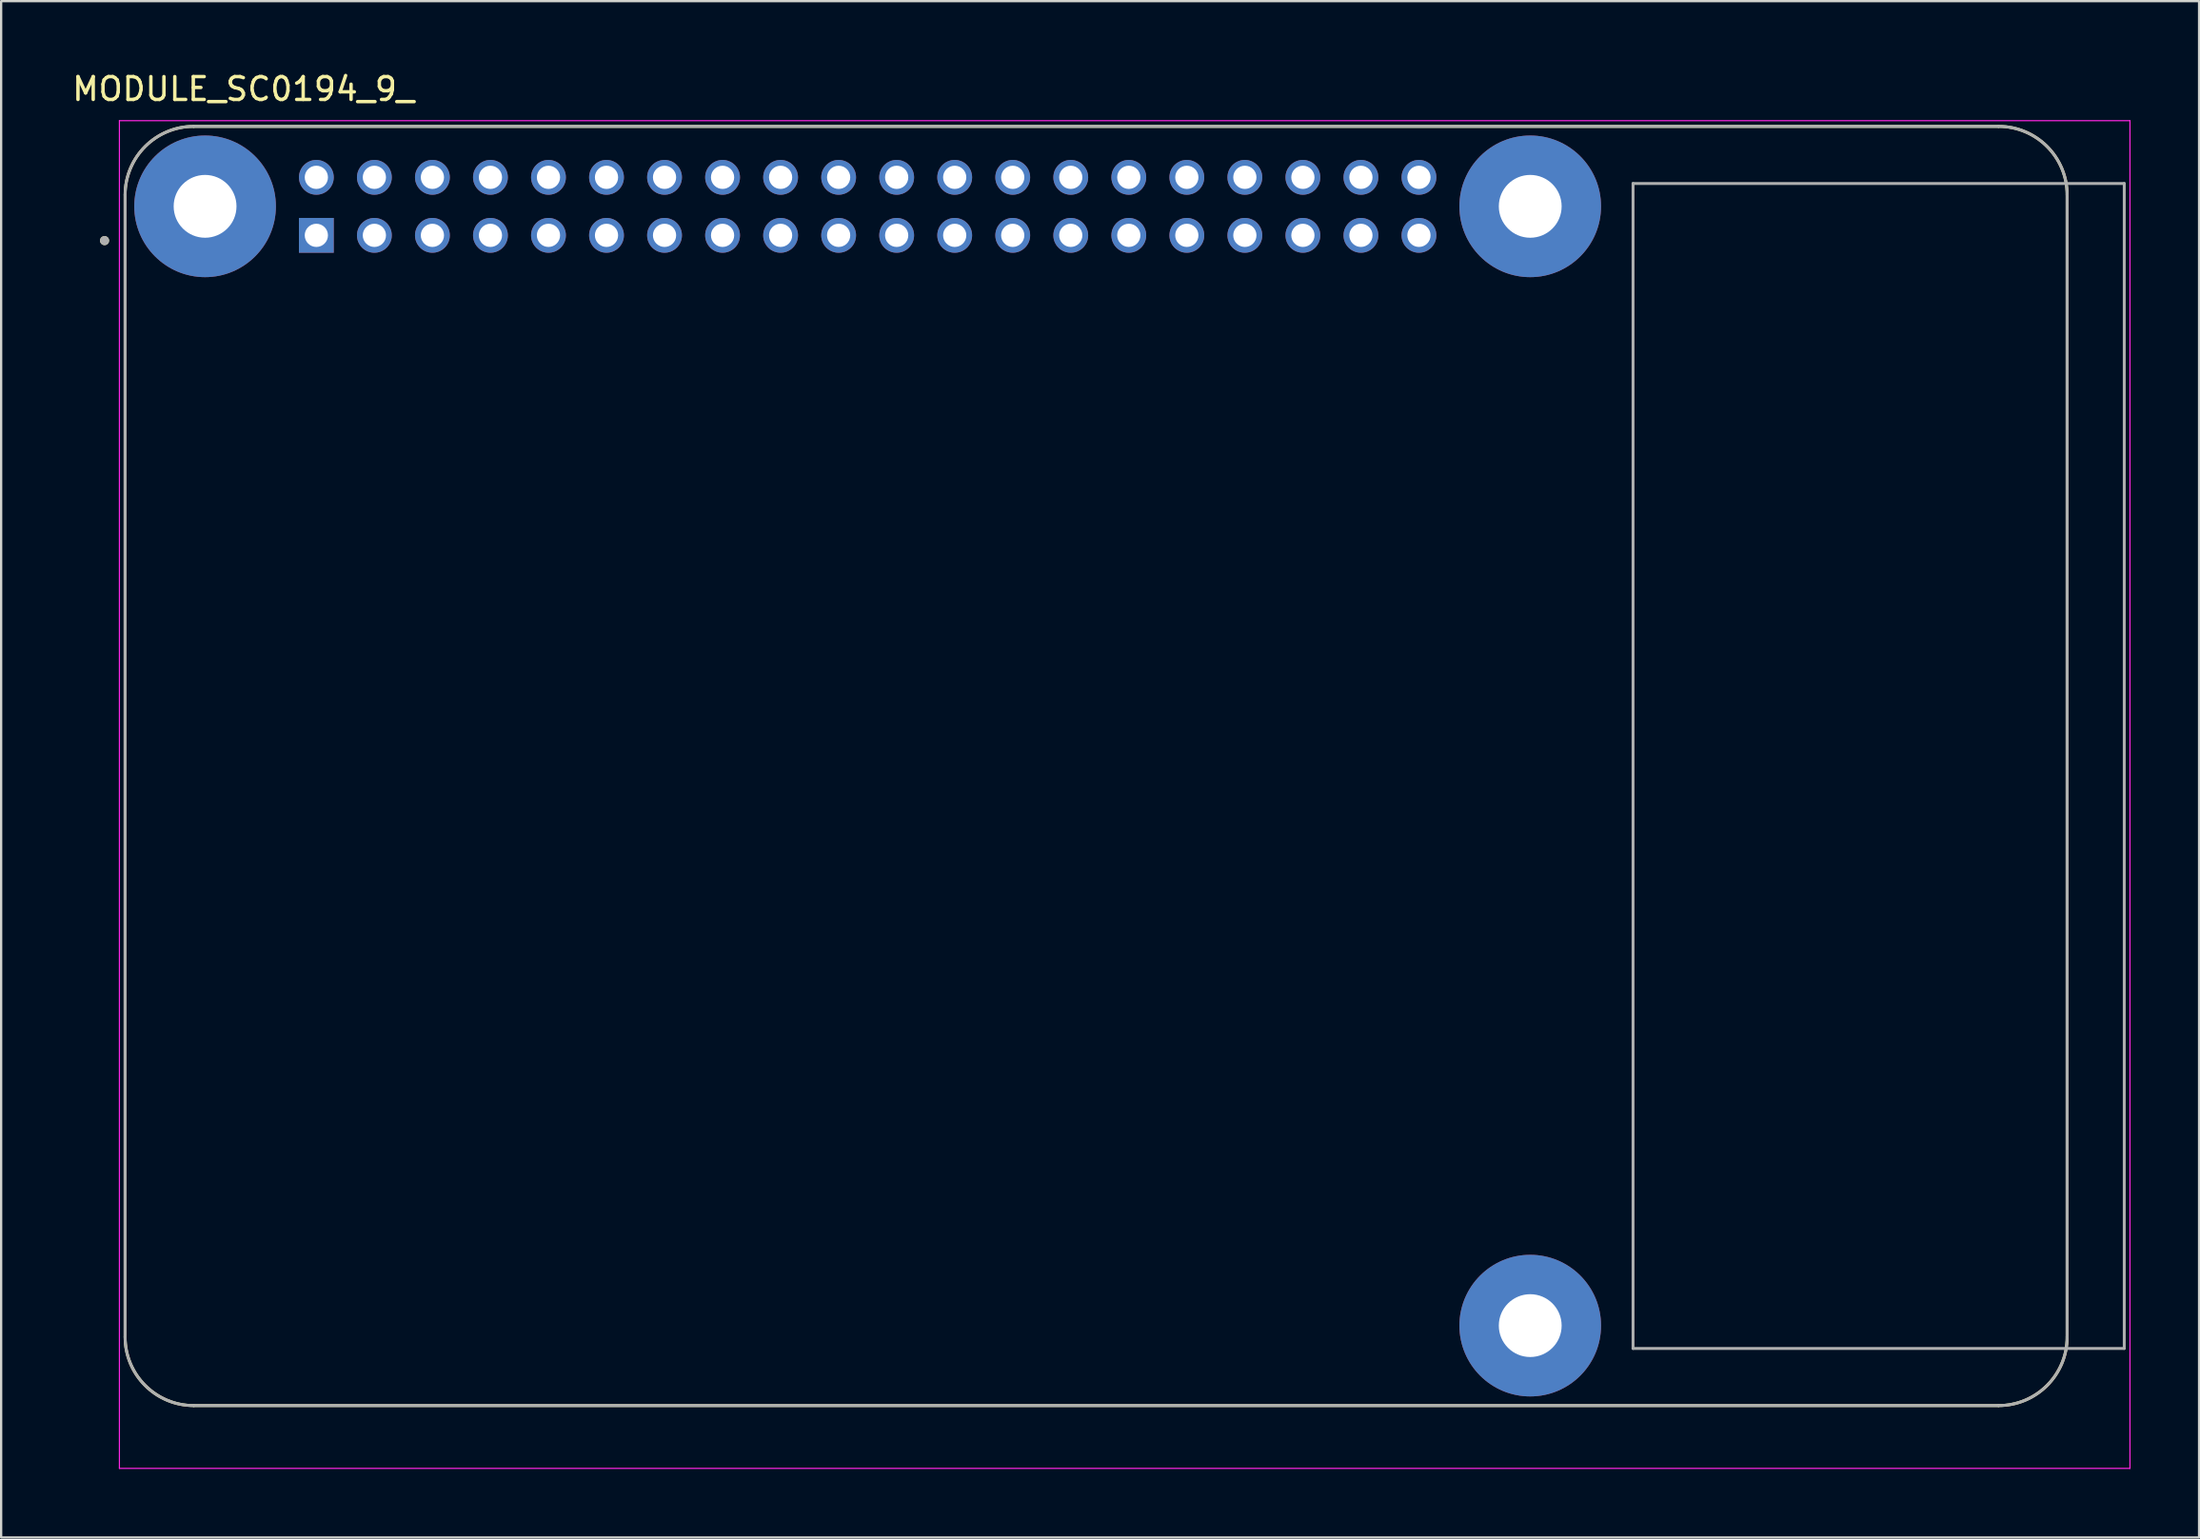
<source format=kicad_pcb>
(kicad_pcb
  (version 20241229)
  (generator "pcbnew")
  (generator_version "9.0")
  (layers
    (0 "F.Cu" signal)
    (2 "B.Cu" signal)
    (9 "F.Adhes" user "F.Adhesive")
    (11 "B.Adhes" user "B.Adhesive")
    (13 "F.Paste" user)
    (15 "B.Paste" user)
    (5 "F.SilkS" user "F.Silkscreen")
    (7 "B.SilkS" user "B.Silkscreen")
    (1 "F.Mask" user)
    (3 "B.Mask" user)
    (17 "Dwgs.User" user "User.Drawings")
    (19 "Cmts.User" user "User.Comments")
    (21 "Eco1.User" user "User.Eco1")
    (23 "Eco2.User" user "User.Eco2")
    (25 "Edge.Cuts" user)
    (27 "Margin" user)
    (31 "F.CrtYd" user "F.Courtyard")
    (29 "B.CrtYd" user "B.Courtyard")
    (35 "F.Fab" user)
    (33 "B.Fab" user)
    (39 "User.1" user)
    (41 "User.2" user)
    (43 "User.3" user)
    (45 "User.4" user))
  (footprint "MODULE_SC0194_9_"
    (layer "F.Cu")
    (at 44.926 30.483)
    (property "Reference" "MODULE_SC0194_9_" (at -37.325 -29.635 0) (layer "F.SilkS") (effects (font (size 1 1) (thickness 0.15))))
    (attr through_hole)
    (fp_line (start -42.5 -25) (end -42.5 25) (stroke (width 0.127) (type solid)) (layer "F.SilkS"))
    (fp_line (start -39.5 28) (end 39.5 28) (stroke (width 0.127) (type solid)) (layer "F.SilkS"))
    (fp_line (start 39.5 -28) (end -39.5 -28) (stroke (width 0.127) (type solid)) (layer "F.SilkS"))
    (fp_line (start 42.5 25) (end 42.5 -25) (stroke (width 0.127) (type solid)) (layer "F.SilkS"))
    (fp_arc (start -42.5 -25) (mid -41.62132 -27.12132) (end -39.5 -28) (stroke (width 0.127) (type solid)) (layer "F.SilkS"))
    (fp_arc (start -39.5 28) (mid -41.62132 27.12132) (end -42.5 25) (stroke (width 0.127) (type solid)) (layer "F.SilkS"))
    (fp_arc (start 39.5 -28) (mid 41.62132 -27.12132) (end 42.5 -25) (stroke (width 0.127) (type solid)) (layer "F.SilkS"))
    (fp_arc (start 42.5 25) (mid 41.62132 27.12132) (end 39.5 28) (stroke (width 0.127) (type solid)) (layer "F.SilkS"))
    (fp_circle (center -43.4 -23) (end -43.3 -23) (stroke (width 0.2) (type solid)) (fill no) (layer "F.SilkS"))
    (fp_line (start -42.75 -28.25) (end 45.25 -28.25) (stroke (width 0.05) (type solid)) (layer "F.CrtYd"))
    (fp_line (start -42.75 30.75) (end -42.75 -28.25) (stroke (width 0.05) (type solid)) (layer "F.CrtYd"))
    (fp_line (start 45.25 -28.25) (end 45.25 30.75) (stroke (width 0.05) (type solid)) (layer "F.CrtYd"))
    (fp_line (start 45.25 30.75) (end -42.75 30.75) (stroke (width 0.05) (type solid)) (layer "F.CrtYd"))
    (fp_line (start -42.5 -25) (end -42.5 25) (stroke (width 0.127) (type solid)) (layer "F.Fab"))
    (fp_line (start -39.5 28) (end 39.5 28) (stroke (width 0.127) (type solid)) (layer "F.Fab"))
    (fp_line (start 23.5 -25.5) (end 23.5 25.5) (stroke (width 0.127) (type solid)) (layer "F.Fab"))
    (fp_line (start 23.5 25.5) (end 45 25.5) (stroke (width 0.127) (type solid)) (layer "F.Fab"))
    (fp_line (start 39.5 -28) (end -39.5 -28) (stroke (width 0.127) (type solid)) (layer "F.Fab"))
    (fp_line (start 42.5 25) (end 42.5 -25) (stroke (width 0.127) (type solid)) (layer "F.Fab"))
    (fp_line (start 45 -25.5) (end 23.5 -25.5) (stroke (width 0.127) (type solid)) (layer "F.Fab"))
    (fp_line (start 45 25.5) (end 45 -25.5) (stroke (width 0.127) (type solid)) (layer "F.Fab"))
    (fp_arc (start -42.5 -25) (mid -41.62132 -27.12132) (end -39.5 -28) (stroke (width 0.127) (type solid)) (layer "F.Fab"))
    (fp_arc (start -39.5 28) (mid -41.62132 27.12132) (end -42.5 25) (stroke (width 0.127) (type solid)) (layer "F.Fab"))
    (fp_arc (start 39.5 -28) (mid 41.62132 -27.12132) (end 42.5 -25) (stroke (width 0.127) (type solid)) (layer "F.Fab"))
    (fp_arc (start 42.5 25) (mid 41.62132 27.12132) (end 39.5 28) (stroke (width 0.127) (type solid)) (layer "F.Fab"))
    (fp_circle (center -43.4 -23) (end -43.3 -23) (stroke (width 0.2) (type solid)) (fill no) (layer "F.Fab"))
    (pad "1" thru_hole rect (at -34.13 -23.23) (size 1.524 1.524) (drill 1.016) (layers "*.Cu" "*.Mask"))
    (pad "2" thru_hole circle (at -34.13 -25.77) (size 1.524 1.524) (drill 1.016) (layers "*.Cu" "*.Mask"))
    (pad "3" thru_hole circle (at -31.59 -23.23) (size 1.524 1.524) (drill 1.016) (layers "*.Cu" "*.Mask"))
    (pad "4" thru_hole circle (at -31.59 -25.77) (size 1.524 1.524) (drill 1.016) (layers "*.Cu" "*.Mask"))
    (pad "5" thru_hole circle (at -29.05 -23.23) (size 1.524 1.524) (drill 1.016) (layers "*.Cu" "*.Mask"))
    (pad "6" thru_hole circle (at -29.05 -25.77) (size 1.524 1.524) (drill 1.016) (layers "*.Cu" "*.Mask"))
    (pad "7" thru_hole circle (at -26.51 -23.23) (size 1.524 1.524) (drill 1.016) (layers "*.Cu" "*.Mask"))
    (pad "8" thru_hole circle (at -26.51 -25.77) (size 1.524 1.524) (drill 1.016) (layers "*.Cu" "*.Mask"))
    (pad "9" thru_hole circle (at -23.97 -23.23) (size 1.524 1.524) (drill 1.016) (layers "*.Cu" "*.Mask"))
    (pad "10" thru_hole circle (at -23.97 -25.77) (size 1.524 1.524) (drill 1.016) (layers "*.Cu" "*.Mask"))
    (pad "11" thru_hole circle (at -21.43 -23.23) (size 1.524 1.524) (drill 1.016) (layers "*.Cu" "*.Mask"))
    (pad "12" thru_hole circle (at -21.43 -25.77) (size 1.524 1.524) (drill 1.016) (layers "*.Cu" "*.Mask"))
    (pad "13" thru_hole circle (at -18.89 -23.23) (size 1.524 1.524) (drill 1.016) (layers "*.Cu" "*.Mask"))
    (pad "14" thru_hole circle (at -18.89 -25.77) (size 1.524 1.524) (drill 1.016) (layers "*.Cu" "*.Mask"))
    (pad "15" thru_hole circle (at -16.35 -23.23) (size 1.524 1.524) (drill 1.016) (layers "*.Cu" "*.Mask"))
    (pad "16" thru_hole circle (at -16.35 -25.77) (size 1.524 1.524) (drill 1.016) (layers "*.Cu" "*.Mask"))
    (pad "17" thru_hole circle (at -13.81 -23.23) (size 1.524 1.524) (drill 1.016) (layers "*.Cu" "*.Mask"))
    (pad "18" thru_hole circle (at -13.81 -25.77) (size 1.524 1.524) (drill 1.016) (layers "*.Cu" "*.Mask"))
    (pad "19" thru_hole circle (at -11.27 -23.23) (size 1.524 1.524) (drill 1.016) (layers "*.Cu" "*.Mask"))
    (pad "20" thru_hole circle (at -11.27 -25.77) (size 1.524 1.524) (drill 1.016) (layers "*.Cu" "*.Mask"))
    (pad "21" thru_hole circle (at -8.73 -23.23) (size 1.524 1.524) (drill 1.016) (layers "*.Cu" "*.Mask"))
    (pad "22" thru_hole circle (at -8.73 -25.77) (size 1.524 1.524) (drill 1.016) (layers "*.Cu" "*.Mask"))
    (pad "23" thru_hole circle (at -6.19 -23.23) (size 1.524 1.524) (drill 1.016) (layers "*.Cu" "*.Mask"))
    (pad "24" thru_hole circle (at -6.19 -25.77) (size 1.524 1.524) (drill 1.016) (layers "*.Cu" "*.Mask"))
    (pad "25" thru_hole circle (at -3.65 -23.23) (size 1.524 1.524) (drill 1.016) (layers "*.Cu" "*.Mask"))
    (pad "26" thru_hole circle (at -3.65 -25.77) (size 1.524 1.524) (drill 1.016) (layers "*.Cu" "*.Mask"))
    (pad "27" thru_hole circle (at -1.11 -23.23) (size 1.524 1.524) (drill 1.016) (layers "*.Cu" "*.Mask"))
    (pad "28" thru_hole circle (at -1.11 -25.77) (size 1.524 1.524) (drill 1.016) (layers "*.Cu" "*.Mask"))
    (pad "29" thru_hole circle (at 1.43 -23.23) (size 1.524 1.524) (drill 1.016) (layers "*.Cu" "*.Mask"))
    (pad "30" thru_hole circle (at 1.43 -25.77) (size 1.524 1.524) (drill 1.016) (layers "*.Cu" "*.Mask"))
    (pad "31" thru_hole circle (at 3.97 -23.23) (size 1.524 1.524) (drill 1.016) (layers "*.Cu" "*.Mask"))
    (pad "32" thru_hole circle (at 3.97 -25.77) (size 1.524 1.524) (drill 1.016) (layers "*.Cu" "*.Mask"))
    (pad "33" thru_hole circle (at 6.51 -23.23) (size 1.524 1.524) (drill 1.016) (layers "*.Cu" "*.Mask"))
    (pad "34" thru_hole circle (at 6.51 -25.77) (size 1.524 1.524) (drill 1.016) (layers "*.Cu" "*.Mask"))
    (pad "35" thru_hole circle (at 9.05 -23.23) (size 1.524 1.524) (drill 1.016) (layers "*.Cu" "*.Mask"))
    (pad "36" thru_hole circle (at 9.05 -25.77) (size 1.524 1.524) (drill 1.016) (layers "*.Cu" "*.Mask"))
    (pad "37" thru_hole circle (at 11.59 -23.23) (size 1.524 1.524) (drill 1.016) (layers "*.Cu" "*.Mask"))
    (pad "38" thru_hole circle (at 11.59 -25.77) (size 1.524 1.524) (drill 1.016) (layers "*.Cu" "*.Mask"))
    (pad "39" thru_hole circle (at 14.13 -23.23) (size 1.524 1.524) (drill 1.016) (layers "*.Cu" "*.Mask"))
    (pad "40" thru_hole circle (at 14.13 -25.77) (size 1.524 1.524) (drill 1.016) (layers "*.Cu" "*.Mask"))
    (pad "S1" thru_hole circle (at -39 -24.5) (size 6.2 6.2) (drill 2.75) (layers "*.Cu" "*.Mask"))
    (pad "S2" thru_hole circle (at 19 -24.5) (size 6.2 6.2) (drill 2.75) (layers "*.Cu" "*.Mask"))
    (pad "S3" thru_hole circle (at 19 24.5) (size 6.2 6.2) (drill 2.75) (layers "*.Cu" "*.Mask")))
  (gr_rect
    (start -3 -3)
    (end 93.201 64.258)
    (stroke (width 0.1) (type default))
    (fill no)
    (layer "Edge.Cuts")))
</source>
